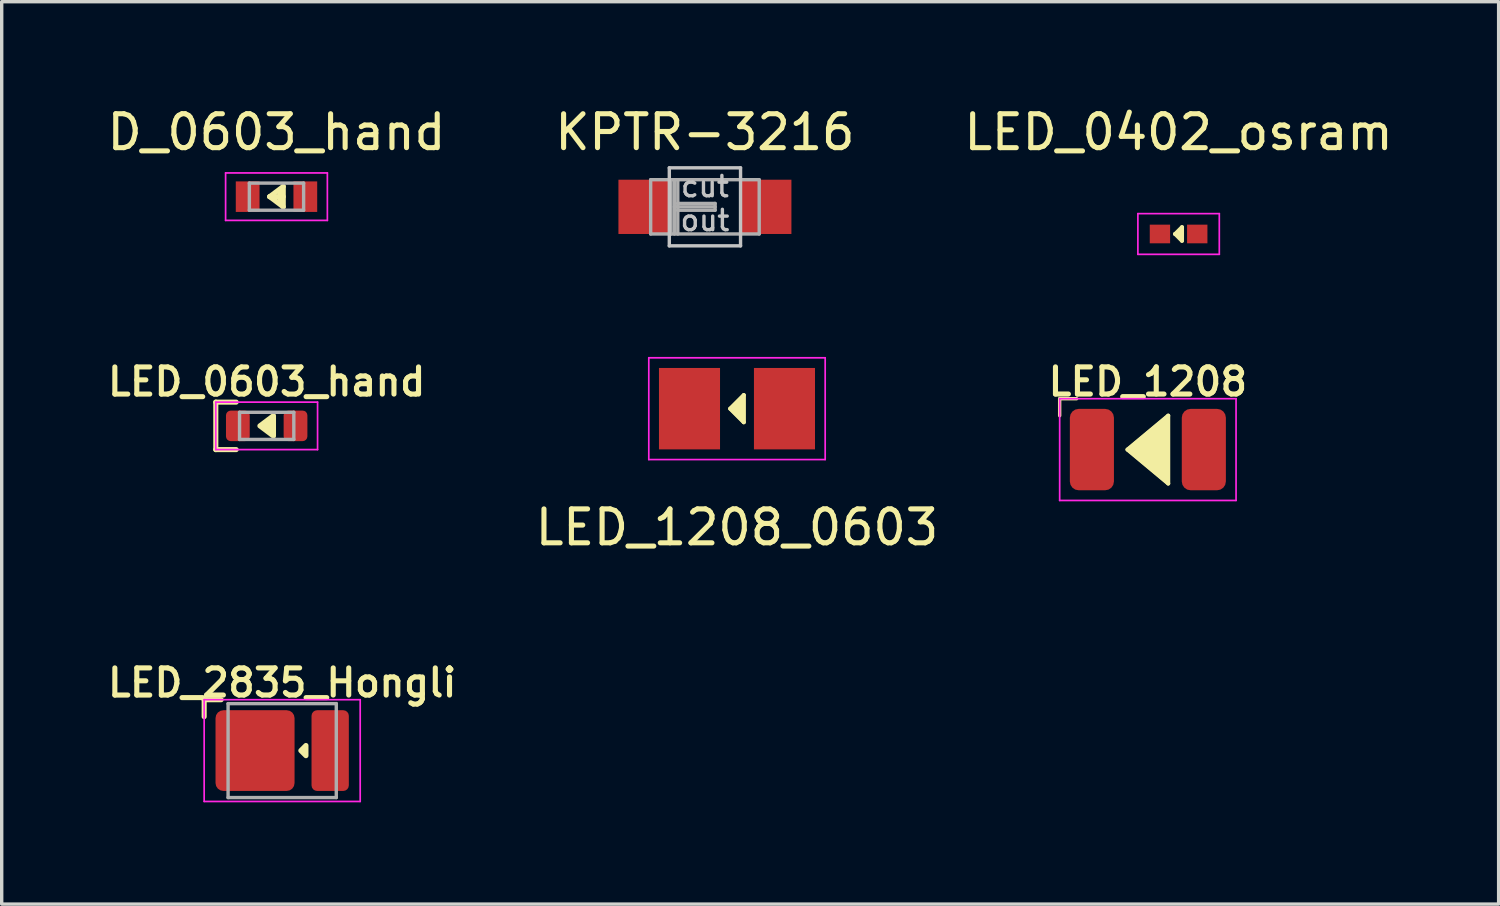
<source format=kicad_pcb>
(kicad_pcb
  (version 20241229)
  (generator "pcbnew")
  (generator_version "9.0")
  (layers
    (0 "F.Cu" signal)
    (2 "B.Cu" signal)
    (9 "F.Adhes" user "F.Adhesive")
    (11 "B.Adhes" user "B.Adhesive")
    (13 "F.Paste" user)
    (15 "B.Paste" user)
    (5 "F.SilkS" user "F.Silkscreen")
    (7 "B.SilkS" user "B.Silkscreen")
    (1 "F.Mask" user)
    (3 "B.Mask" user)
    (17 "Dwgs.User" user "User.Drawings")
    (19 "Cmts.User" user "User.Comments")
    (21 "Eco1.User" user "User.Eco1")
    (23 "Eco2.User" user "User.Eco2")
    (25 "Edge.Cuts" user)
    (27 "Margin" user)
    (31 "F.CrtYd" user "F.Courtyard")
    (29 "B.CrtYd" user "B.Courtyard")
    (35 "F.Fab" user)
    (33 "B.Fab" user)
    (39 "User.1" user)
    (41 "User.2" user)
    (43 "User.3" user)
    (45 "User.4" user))
  (footprint "LED_0603_hand"
    (layer "F.Cu")
    (at 4.812 9.505)
    (property "Reference" "LED_0603_hand" (at 0 -1.3 0) (layer "F.SilkS") (effects (font (size 0.8 0.8) (thickness 0.15))))
    (attr smd)
    (fp_line (start -1.5 -0.7) (end -1.5 0.7) (stroke (width 0.15) (type default)) (layer "F.SilkS"))
    (fp_line (start -1.5 -0.7) (end -0.9 -0.7) (stroke (width 0.15) (type default)) (layer "F.SilkS"))
    (fp_line (start -1.5 0.7) (end -0.9 0.7) (stroke (width 0.15) (type default)) (layer "F.SilkS"))
    (fp_poly (pts (xy -0.2 0) (xy 0.2 -0.3) (xy 0.2 0.3)) (stroke (width 0.15) (type solid)) (fill yes) (layer "F.SilkS"))
    (fp_line (start -1.5 -0.7) (end -1.5 0.7) (stroke (width 0.05) (type solid)) (layer "F.CrtYd"))
    (fp_line (start -1.5 -0.7) (end 1.5 -0.7) (stroke (width 0.05) (type solid)) (layer "F.CrtYd"))
    (fp_line (start -1.5 0.7) (end 1.5 0.7) (stroke (width 0.05) (type solid)) (layer "F.CrtYd"))
    (fp_line (start 1.5 -0.7) (end 1.5 0.7) (stroke (width 0.05) (type solid)) (layer "F.CrtYd"))
    (fp_line (start -0.8 -0.4) (end 0.8 -0.4) (stroke (width 0.1) (type solid)) (layer "F.Fab"))
    (fp_line (start -0.8 0.4) (end -0.8 -0.4) (stroke (width 0.1) (type solid)) (layer "F.Fab"))
    (fp_line (start 0.8 -0.4) (end 0.8 0.4) (stroke (width 0.1) (type solid)) (layer "F.Fab"))
    (fp_line (start 0.8 0.4) (end -0.8 0.4) (stroke (width 0.1) (type solid)) (layer "F.Fab"))
    (pad "1" smd roundrect (at -0.85 0) (size 0.7 0.9) (layers "F.Cu" "F.Mask" "F.Paste") (roundrect_rratio 0.2))
    (pad "2" smd roundrect (at 0.85 0) (size 0.7 0.9) (layers "F.Cu" "F.Mask" "F.Paste") (roundrect_rratio 0.2)))
  (footprint "LED_0402_osram"
    (layer "F.Cu")
    (at 31.696 3.848)
    (property "Reference" "LED_0402_osram" (at 0 -3 0) (layer "F.SilkS") (effects (font (size 1 1) (thickness 0.15))))
    (attr smd)
    (fp_line (start -0.1 0) (end 0.1 -0.2) (stroke (width 0.12) (type solid)) (layer "F.SilkS"))
    (fp_line (start -0.1 0) (end 0.1 0) (stroke (width 0.12) (type solid)) (layer "F.SilkS"))
    (fp_line (start 0.1 -0.2) (end 0.1 0.2) (stroke (width 0.12) (type solid)) (layer "F.SilkS"))
    (fp_line (start 0.1 0.2) (end -0.1 0) (stroke (width 0.12) (type solid)) (layer "F.SilkS"))
    (fp_line (start -1.2 -0.6) (end 1.2 -0.6) (stroke (width 0.05) (type solid)) (layer "F.CrtYd"))
    (fp_line (start -1.2 0.6) (end -1.2 -0.6) (stroke (width 0.05) (type solid)) (layer "F.CrtYd"))
    (fp_line (start 1.2 -0.6) (end 1.2 0.6) (stroke (width 0.05) (type solid)) (layer "F.CrtYd"))
    (fp_line (start 1.2 0.6) (end -1.2 0.6) (stroke (width 0.05) (type solid)) (layer "F.CrtYd"))
    (pad "1" smd rect (at -0.55 0 180) (size 0.6 0.55) (layers "F.Cu" "F.Mask" "F.Paste"))
    (pad "2" smd rect (at 0.55 0 180) (size 0.6 0.55) (layers "F.Cu" "F.Mask" "F.Paste")))
  (footprint "KPTR-3216"
    (layer "F.Cu")
    (at 17.732 3.048)
    (property "Reference" "KPTR-3216" (at 0 -2.2 0) (layer "F.SilkS") (effects (font (size 1 1) (thickness 0.15))))
    (attr through_hole)
    (fp_line (start -1.05 -1.15) (end 1.05 -1.15) (stroke (width 0.1) (type solid)) (layer "Dwgs.User"))
    (fp_line (start -1.05 1.15) (end -1.05 -1.15) (stroke (width 0.1) (type solid)) (layer "Dwgs.User"))
    (fp_line (start 1.05 -1.15) (end 1.05 1.15) (stroke (width 0.1) (type solid)) (layer "Dwgs.User"))
    (fp_line (start 1.05 1.15) (end -1.05 1.15) (stroke (width 0.1) (type solid)) (layer "Dwgs.User"))
    (fp_line (start -1.6 -0.8) (end 1.6 -0.8) (stroke (width 0.1) (type solid)) (layer "F.Fab"))
    (fp_line (start -1.6 0.8) (end -1.6 -0.8) (stroke (width 0.1) (type solid)) (layer "F.Fab"))
    (fp_line (start -1 -0.8) (end -1 0.8) (stroke (width 0.1) (type solid)) (layer "F.Fab"))
    (fp_line (start -0.9 -0.8) (end -0.9 0.8) (stroke (width 0.1) (type solid)) (layer "F.Fab"))
    (fp_line (start -0.9 0) (end 0.3 0) (stroke (width 0.1) (type solid)) (layer "F.Fab"))
    (fp_line (start -0.8 -0.1) (end -0.8 -0.8) (stroke (width 0.1) (type solid)) (layer "F.Fab"))
    (fp_line (start -0.8 -0.1) (end -0.8 0.1) (stroke (width 0.1) (type solid)) (layer "F.Fab"))
    (fp_line (start -0.8 0.1) (end 0.3 0.1) (stroke (width 0.1) (type solid)) (layer "F.Fab"))
    (fp_line (start -0.8 0.8) (end -0.8 0.1) (stroke (width 0.1) (type solid)) (layer "F.Fab"))
    (fp_line (start 0.3 -0.1) (end -0.8 -0.1) (stroke (width 0.1) (type solid)) (layer "F.Fab"))
    (fp_line (start 0.3 0.1) (end 0.3 -0.1) (stroke (width 0.1) (type solid)) (layer "F.Fab"))
    (fp_line (start 1.6 -0.8) (end 1.6 0.8) (stroke (width 0.1) (type solid)) (layer "F.Fab"))
    (fp_line (start 1.6 0.8) (end -1.6 0.8) (stroke (width 0.1) (type solid)) (layer "F.Fab"))
    (fp_text user "out" (at 0 0.4 0) (layer "Dwgs.User") (effects (font (size 0.6 0.6) (thickness 0.1))))
    (fp_text user "cut" (at 0 -0.6 0) (layer "Dwgs.User") (effects (font (size 0.6 0.6) (thickness 0.1))))
    (pad "1" smd rect (at -1.8 0) (size 1.5 1.6) (layers "F.Cu" "F.Mask" "F.Paste"))
    (pad "2" smd rect (at 1.8 0) (size 1.5 1.6) (layers "F.Cu" "F.Mask" "F.Paste")))
  (footprint "D_0603_hand"
    (layer "F.Cu")
    (at 5.101 2.748)
    (property "Reference" "D_0603_hand" (at 0 -1.9 0) (layer "F.SilkS") (effects (font (size 1 1) (thickness 0.15))))
    (attr smd)
    (fp_line (start -0.2 0) (end 0.2 0) (stroke (width 0.15) (type solid)) (layer "F.SilkS"))
    (fp_line (start -0.2 0) (end 0.2 0.3) (stroke (width 0.15) (type solid)) (layer "F.SilkS"))
    (fp_line (start 0.1 -0.2) (end 0.1 0.1) (stroke (width 0.15) (type solid)) (layer "F.SilkS"))
    (fp_line (start 0.2 -0.3) (end -0.2 0) (stroke (width 0.15) (type solid)) (layer "F.SilkS"))
    (fp_line (start 0.2 0.3) (end 0.2 -0.3) (stroke (width 0.15) (type solid)) (layer "F.SilkS"))
    (fp_line (start -1.5 -0.7) (end -1.5 0.7) (stroke (width 0.05) (type solid)) (layer "F.CrtYd"))
    (fp_line (start -1.5 -0.7) (end 1.5 -0.7) (stroke (width 0.05) (type solid)) (layer "F.CrtYd"))
    (fp_line (start -1.5 0.7) (end 1.5 0.7) (stroke (width 0.05) (type solid)) (layer "F.CrtYd"))
    (fp_line (start 1.5 -0.7) (end 1.5 0.7) (stroke (width 0.05) (type solid)) (layer "F.CrtYd"))
    (fp_line (start -0.8 -0.4) (end 0.8 -0.4) (stroke (width 0.1) (type solid)) (layer "F.Fab"))
    (fp_line (start -0.8 0.4) (end -0.8 -0.4) (stroke (width 0.1) (type solid)) (layer "F.Fab"))
    (fp_line (start 0.8 -0.4) (end 0.8 0.4) (stroke (width 0.1) (type solid)) (layer "F.Fab"))
    (fp_line (start 0.8 0.4) (end -0.8 0.4) (stroke (width 0.1) (type solid)) (layer "F.Fab"))
    (pad "1" smd rect (at -0.85 0) (size 0.7 0.9) (layers "F.Cu" "F.Mask" "F.Paste"))
    (pad "2" smd rect (at 0.85 0) (size 0.7 0.9) (layers "F.Cu" "F.Mask" "F.Paste")))
  (footprint "LED_1208_0603"
    (layer "F.Cu")
    (at 18.677 8.998)
    (property "Reference" "LED_1208_0603" (at 0 3.5 0) (layer "F.SilkS") (effects (font (size 1 1) (thickness 0.15))))
    (attr smd)
    (fp_line (start -0.2 0) (end 0.2 -0.4) (stroke (width 0.12) (type solid)) (layer "F.SilkS"))
    (fp_line (start 0.2 -0.4) (end 0.2 0.4) (stroke (width 0.12) (type solid)) (layer "F.SilkS"))
    (fp_line (start 0.2 0.4) (end -0.2 0) (stroke (width 0.12) (type solid)) (layer "F.SilkS"))
    (fp_poly (pts (xy 0.2 0.4) (xy -0.2 0) (xy 0.2 -0.4)) (stroke (width 0.1) (type solid)) (fill yes) (layer "F.SilkS"))
    (fp_line (start -2.6 -1.5) (end 2.6 -1.5) (stroke (width 0.05) (type solid)) (layer "F.CrtYd"))
    (fp_line (start -2.6 1.5) (end -2.6 -1.5) (stroke (width 0.05) (type solid)) (layer "F.CrtYd"))
    (fp_line (start 2.6 -1.5) (end 2.6 1.5) (stroke (width 0.05) (type solid)) (layer "F.CrtYd"))
    (fp_line (start 2.6 1.5) (end -2.6 1.5) (stroke (width 0.05) (type solid)) (layer "F.CrtYd"))
    (pad "1" smd rect (at -1.4 0) (size 1.8 2.4) (layers "F.Cu" "F.Mask" "F.Paste"))
    (pad "2" smd rect (at 1.4 0) (size 1.8 2.4) (layers "F.Cu" "F.Mask" "F.Paste")))
  (footprint "LED_2835_Hongli"
    (layer "F.Cu")
    (at 5.269 19.078)
    (property "Reference" "LED_2835_Hongli" (at 0 -2 0) (unlocked yes) (layer "F.SilkS") (effects (font (size 0.8 0.8) (thickness 0.15))))
    (attr smd)
    (fp_line (start -2.3 -1.5) (end -2.3 -1) (stroke (width 0.15) (type default)) (layer "F.SilkS"))
    (fp_line (start -2.3 -1.5) (end -1.8 -1.5) (stroke (width 0.15) (type default)) (layer "F.SilkS"))
    (fp_poly (pts (xy 0.55 0) (xy 0.7 -0.15) (xy 0.7 0.15)) (stroke (width 0.15) (type solid)) (fill yes) (layer "F.SilkS"))
    (fp_line (start -2.3 -1.5) (end -2.3 1.5) (stroke (width 0.05) (type default)) (layer "F.CrtYd"))
    (fp_line (start -2.3 1.5) (end 2.3 1.5) (stroke (width 0.05) (type default)) (layer "F.CrtYd"))
    (fp_line (start 2.3 -1.5) (end -2.3 -1.5) (stroke (width 0.05) (type default)) (layer "F.CrtYd"))
    (fp_line (start 2.3 1.5) (end 2.3 -1.5) (stroke (width 0.05) (type default)) (layer "F.CrtYd"))
    (fp_line (start -1.595 -1.385) (end 1.595 -1.385) (stroke (width 0.1) (type default)) (layer "F.Fab"))
    (fp_line (start -1.595 1.385) (end -1.595 -1.385) (stroke (width 0.1) (type default)) (layer "F.Fab"))
    (fp_line (start 1.595 -1.385) (end 1.595 1.385) (stroke (width 0.1) (type default)) (layer "F.Fab"))
    (fp_line (start 1.595 1.385) (end -1.595 1.385) (stroke (width 0.1) (type default)) (layer "F.Fab"))
    (pad "1" smd roundrect (at -0.8 0 180) (size 2.33 2.38) (layers "F.Cu" "F.Mask" "F.Paste") (roundrect_rratio 0.1))
    (pad "2" smd roundrect (at 1.415 0 180) (size 1.1 2.38) (layers "F.Cu" "F.Mask" "F.Paste") (roundrect_rratio 0.15)))
  (footprint "LED_1208"
    (layer "F.Cu")
    (at 30.79 10.204)
    (property "Reference" "LED_1208" (at 0 -2 0) (layer "F.SilkS") (effects (font (size 0.8 0.8) (thickness 0.15))))
    (attr smd)
    (fp_line (start -2.6 -1.5) (end -2.6 -1) (stroke (width 0.1) (type default)) (layer "F.SilkS"))
    (fp_line (start -2.6 -1.5) (end -2.1 -1.5) (stroke (width 0.1) (type default)) (layer "F.SilkS"))
    (fp_line (start -0.6 0) (end 0.6 -1) (stroke (width 0.12) (type solid)) (layer "F.SilkS"))
    (fp_line (start 0.6 -1) (end 0.6 1) (stroke (width 0.12) (type solid)) (layer "F.SilkS"))
    (fp_line (start 0.6 1) (end -0.6 0) (stroke (width 0.12) (type solid)) (layer "F.SilkS"))
    (fp_poly (pts (xy 0.6 1) (xy -0.6 0) (xy 0.6 -1)) (stroke (width 0.1) (type solid)) (fill yes) (layer "F.SilkS"))
    (fp_line (start -2.6 -1.5) (end 2.6 -1.5) (stroke (width 0.05) (type solid)) (layer "F.CrtYd"))
    (fp_line (start -2.6 1.5) (end -2.6 -1.5) (stroke (width 0.05) (type solid)) (layer "F.CrtYd"))
    (fp_line (start 2.6 -1.5) (end 2.6 1.5) (stroke (width 0.05) (type solid)) (layer "F.CrtYd"))
    (fp_line (start 2.6 1.5) (end -2.6 1.5) (stroke (width 0.05) (type solid)) (layer "F.CrtYd"))
    (pad "1" smd roundrect (at -1.65 0) (size 1.3 2.4) (layers "F.Cu" "F.Mask" "F.Paste") (roundrect_rratio 0.2))
    (pad "2" smd roundrect (at 1.65 0) (size 1.3 2.4) (layers "F.Cu" "F.Mask" "F.Paste") (roundrect_rratio 0.2)))
  (gr_rect
    (start -3 -3)
    (end 41.131 23.603)
    (stroke (width 0.1) (type default))
    (fill no)
    (layer "Edge.Cuts")))
</source>
